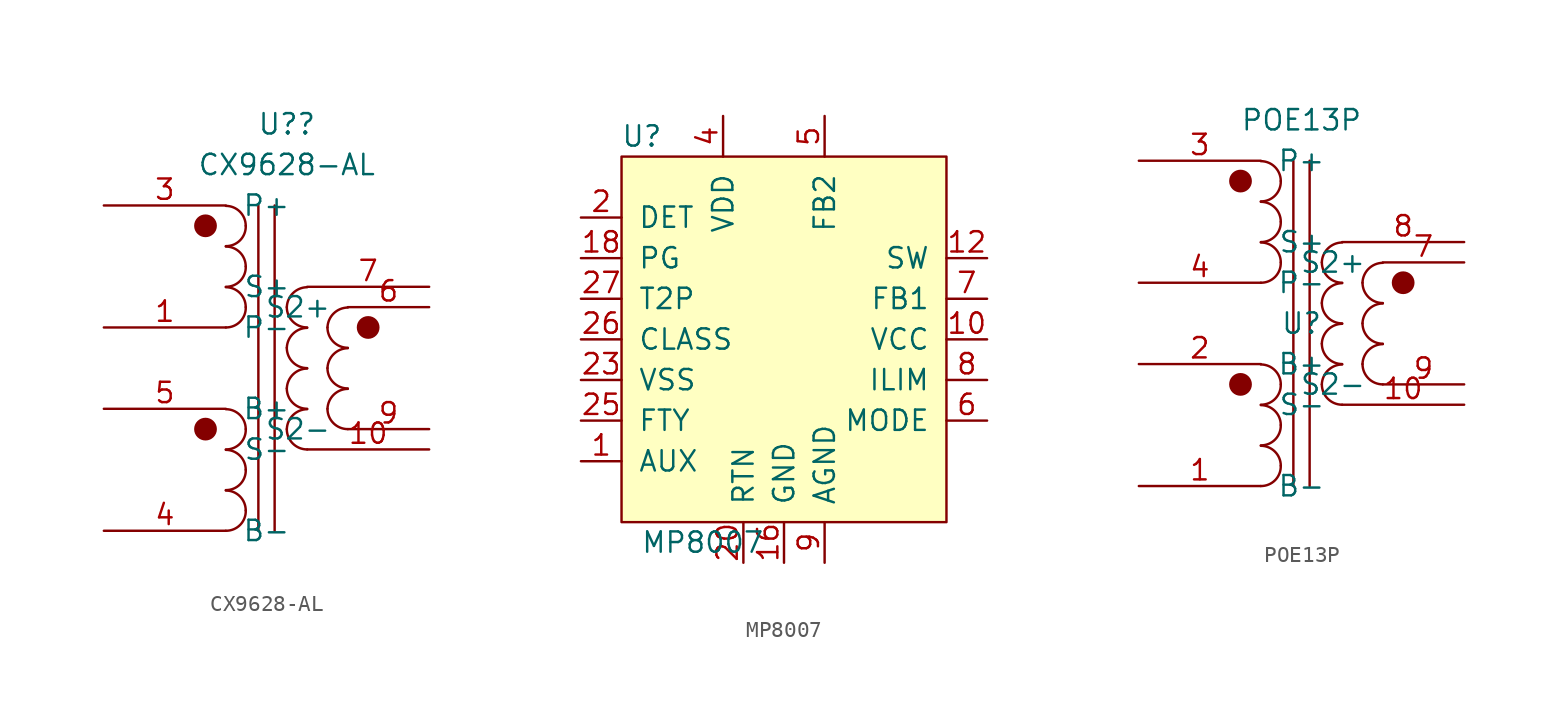
<source format=kicad_sym>
(kicad_symbol_lib
  (version 20211014)
  (generator kicad_symbol_editor)
  (symbol "CX9628-AL"
    (pin_names
      (offset 1.016))
    (property "Reference" "U?"
      (at 1.27 15.24 0)
      (effects (font (size 1.27 1.27))))
    (property "Value" "CX9628-AL"
      (at 1.27 12.7 0)
      (effects (font (size 1.27 1.27))))
    (symbol "CX9628-AL_0_1"
      (circle (center -3.81 -3.81) (radius 0.635) (stroke (width 0) (type default) (color 0 0 0 0)) (fill (type outline)))
      (circle (center -3.81 8.89) (radius 0.635) (stroke (width 0) (type default) (color 0 0 0 0)) (fill (type outline)))
      (circle (center 6.35 2.54) (radius 0.635) (stroke (width 0) (type default) (color 0 0 0 0)) (fill (type outline))))
    (symbol "CX9628-AL_1_1"
      (arc (start -2.54 -10.16) (mid -1.642 -9.788) (end -1.2954 -8.89) (stroke (width 0) (type default) (color 0 0 0 0)) (fill (type none)))
      (arc (start -2.54 -7.62) (mid -1.642 -7.248) (end -1.2954 -6.35) (stroke (width 0) (type default) (color 0 0 0 0)) (fill (type none)))
      (arc (start -2.54 -5.08) (mid -1.642 -4.708) (end -1.2954 -3.81) (stroke (width 0) (type default) (color 0 0 0 0)) (fill (type none)))
      (arc (start -2.54 2.54) (mid -1.642 2.912) (end -1.2954 3.81) (stroke (width 0) (type default) (color 0 0 0 0)) (fill (type none)))
      (arc (start -2.54 5.08) (mid -1.642 5.452) (end -1.2954 6.35) (stroke (width 0) (type default) (color 0 0 0 0)) (fill (type none)))
      (arc (start -2.54 7.62) (mid -1.642 7.992) (end -1.2954 8.89) (stroke (width 0) (type default) (color 0 0 0 0)) (fill (type none)))
      (arc (start -1.2954 -8.89) (mid -1.6599 -8.0099) (end -2.54 -7.6454) (stroke (width 0) (type default) (color 0 0 0 0)) (fill (type none)))
      (arc (start -1.2954 -6.35) (mid -1.6599 -5.4699) (end -2.54 -5.1054) (stroke (width 0) (type default) (color 0 0 0 0)) (fill (type none)))
      (arc (start -1.2954 -3.81) (mid -1.6599 -2.9299) (end -2.54 -2.5654) (stroke (width 0) (type default) (color 0 0 0 0)) (fill (type none)))
      (arc (start -1.2954 3.81) (mid -1.6599 4.6901) (end -2.54 5.0546) (stroke (width 0) (type default) (color 0 0 0 0)) (fill (type none)))
      (arc (start -1.2954 6.35) (mid -1.6599 7.2301) (end -2.54 7.5946) (stroke (width 0) (type default) (color 0 0 0 0)) (fill (type none)))
      (arc (start -1.2954 8.89) (mid -1.6599 9.7701) (end -2.54 10.1346) (stroke (width 0) (type default) (color 0 0 0 0)) (fill (type none)))
      (polyline (pts (xy -0.508 -10.16) (xy -0.508 10.16)) (stroke (width 0) (type default) (color 0 0 0 0)) (fill (type none)))
      (polyline (pts (xy 0.508 10.16) (xy 0.508 -10.16)) (stroke (width 0) (type default) (color 0 0 0 0)) (fill (type none)))
      (arc (start 1.27 -3.81) (mid 1.642 -4.708) (end 2.54 -5.08) (stroke (width 0) (type default) (color 0 0 0 0)) (fill (type none)))
      (arc (start 1.27 -1.27) (mid 1.642 -2.168) (end 2.54 -2.54) (stroke (width 0) (type default) (color 0 0 0 0)) (fill (type none)))
      (arc (start 1.27 1.27) (mid 1.642 0.372) (end 2.54 0) (stroke (width 0) (type default) (color 0 0 0 0)) (fill (type none)))
      (arc (start 1.27 3.81) (mid 1.642 2.912) (end 2.54 2.54) (stroke (width 0) (type default) (color 0 0 0 0)) (fill (type none)))
      (arc (start 2.54 -2.5654) (mid 1.6599 -2.9299) (end 1.27 -3.81) (stroke (width 0) (type default) (color 0 0 0 0)) (fill (type none)))
      (arc (start 2.54 -0.0254) (mid 1.6599 -0.3899) (end 1.27 -1.27) (stroke (width 0) (type default) (color 0 0 0 0)) (fill (type none)))
      (arc (start 2.54 2.5146) (mid 1.6599 2.1501) (end 1.27 1.27) (stroke (width 0) (type default) (color 0 0 0 0)) (fill (type none)))
      (arc (start 2.54 5.0546) (mid 1.6599 4.6901) (end 1.27 3.81) (stroke (width 0) (type default) (color 0 0 0 0)) (fill (type none)))
      (arc (start 3.81 -2.54) (mid 4.182 -3.438) (end 5.08 -3.81) (stroke (width 0) (type default) (color 0 0 0 0)) (fill (type none)))
      (arc (start 3.81 0) (mid 4.182 -0.898) (end 5.08 -1.27) (stroke (width 0) (type default) (color 0 0 0 0)) (fill (type none)))
      (arc (start 3.81 2.54) (mid 4.182 1.642) (end 5.08 1.27) (stroke (width 0) (type default) (color 0 0 0 0)) (fill (type none)))
      (arc (start 5.08 -1.2954) (mid 4.1999 -1.6599) (end 3.81 -2.54) (stroke (width 0) (type default) (color 0 0 0 0)) (fill (type none)))
      (arc (start 5.08 1.2446) (mid 4.1999 0.8801) (end 3.81 0) (stroke (width 0) (type default) (color 0 0 0 0)) (fill (type none)))
      (arc (start 5.08 3.7846) (mid 4.1999 3.4201) (end 3.81 2.54) (stroke (width 0) (type default) (color 0 0 0 0)) (fill (type none)))
      (pin passive line (at -10.16 2.54 0) (length 7.62) (name "P-" (effects (font (size 1.27 1.27)))) (number "1" (effects (font (size 1.27 1.27)))))
      (pin passive line (at 10.16 -5.08 180) (length 7.62) (name "S-" (effects (font (size 1.27 1.27)))) (number "10" (effects (font (size 1.27 1.27)))))
      (pin passive line (at -10.16 10.16 0) (length 7.62) (name "P+" (effects (font (size 1.27 1.27)))) (number "3" (effects (font (size 1.27 1.27)))))
      (pin passive line (at -10.16 -10.16 0) (length 7.62) (name "B-" (effects (font (size 1.27 1.27)))) (number "4" (effects (font (size 1.27 1.27)))))
      (pin passive line (at -10.16 -2.54 0) (length 7.62) (name "B+" (effects (font (size 1.27 1.27)))) (number "5" (effects (font (size 1.27 1.27)))))
      (pin passive line (at 10.16 3.81 180) (length 5.08) (name "S2+" (effects (font (size 1.27 1.27)))) (number "6" (effects (font (size 1.27 1.27)))))
      (pin passive line (at 10.16 5.08 180) (length 7.62) (name "S+" (effects (font (size 1.27 1.27)))) (number "7" (effects (font (size 1.27 1.27)))))
      (pin passive line (at 10.16 -3.81 180) (length 5.08) (name "S2-" (effects (font (size 1.27 1.27)))) (number "9" (effects (font (size 1.27 1.27)))))))
  (symbol "MP8007"
    (pin_names
      (offset 1.016))
    (property "Reference" "U"
      (at -5.08 11.43 0)
      (effects (font (size 1.27 1.27))))
    (property "Value" "MP8007"
      (at -1.27 -13.97 0)
      (effects (font (size 1.27 1.27))))
    (symbol "MP8007_0_1"
      (rectangle (start -6.35 10.16) (end 13.97 -12.7) (stroke (width 0) (type default) (color 0 0 0 0)) (fill (type background))))
    (symbol "MP8007_1_1"
      (pin input line (at -8.89 -8.89 0) (length 2.54) (name "AUX" (effects (font (size 1.27 1.27)))) (number "1" (effects (font (size 1.27 1.27)))))
      (pin input line (at 16.51 -1.27 180) (length 2.54) (name "VCC" (effects (font (size 1.27 1.27)))) (number "10" (effects (font (size 1.27 1.27)))))
      (pin input line (at 16.51 3.81 180) (length 2.54) (name "SW" (effects (font (size 1.27 1.27)))) (number "12" (effects (font (size 1.27 1.27)))))
      (pin input line (at 16.51 3.81 180) (length 2.54) hide (name "~" (effects (font (size 1.27 1.27)))) (number "13" (effects (font (size 1.27 1.27)))))
      (pin input line (at 6.35 -15.24 90) (length 2.54) hide (name "NC" (effects (font (size 1.27 1.27)))) (number "14" (effects (font (size 1.27 1.27)))))
      (pin input line (at 6.35 -15.24 90) (length 2.54) hide (name "NC" (effects (font (size 1.27 1.27)))) (number "15" (effects (font (size 1.27 1.27)))))
      (pin input line (at 3.81 -15.24 90) (length 2.54) (name "GND" (effects (font (size 1.27 1.27)))) (number "16" (effects (font (size 1.27 1.27)))))
      (pin input line (at 3.81 -15.24 90) (length 2.54) hide (name "~" (effects (font (size 1.27 1.27)))) (number "17" (effects (font (size 1.27 1.27)))))
      (pin input line (at -8.89 3.81 0) (length 2.54) (name "PG" (effects (font (size 1.27 1.27)))) (number "18" (effects (font (size 1.27 1.27)))))
      (pin input line (at 6.35 -15.24 90) (length 2.54) hide (name "NC" (effects (font (size 1.27 1.27)))) (number "19" (effects (font (size 1.27 1.27)))))
      (pin input line (at -8.89 6.35 0) (length 2.54) (name "DET" (effects (font (size 1.27 1.27)))) (number "2" (effects (font (size 1.27 1.27)))))
      (pin input line (at 1.27 -15.24 90) (length 2.54) (name "RTN" (effects (font (size 1.27 1.27)))) (number "20" (effects (font (size 1.27 1.27)))))
      (pin input line (at 1.27 -15.24 90) (length 2.54) hide (name "~" (effects (font (size 1.27 1.27)))) (number "21" (effects (font (size 1.27 1.27)))))
      (pin input line (at 6.35 -15.24 90) (length 2.54) hide (name "NC" (effects (font (size 1.27 1.27)))) (number "22" (effects (font (size 1.27 1.27)))))
      (pin input line (at -8.89 -3.81 0) (length 2.54) (name "VSS" (effects (font (size 1.27 1.27)))) (number "23" (effects (font (size 1.27 1.27)))))
      (pin input line (at -8.89 -3.81 0) (length 2.54) hide (name "~" (effects (font (size 1.27 1.27)))) (number "24" (effects (font (size 1.27 1.27)))))
      (pin input line (at -8.89 -6.35 0) (length 2.54) (name "FTY" (effects (font (size 1.27 1.27)))) (number "25" (effects (font (size 1.27 1.27)))))
      (pin input line (at -8.89 -1.27 0) (length 2.54) (name "CLASS" (effects (font (size 1.27 1.27)))) (number "26" (effects (font (size 1.27 1.27)))))
      (pin input line (at -8.89 1.27 0) (length 2.54) (name "T2P" (effects (font (size 1.27 1.27)))) (number "27" (effects (font (size 1.27 1.27)))))
      (pin input line (at 3.81 -15.24 90) (length 2.54) hide (name "GND" (effects (font (size 1.27 1.27)))) (number "29" (effects (font (size 1.27 1.27)))))
      (pin input line (at 0 12.7 270) (length 2.54) (name "VDD" (effects (font (size 1.27 1.27)))) (number "4" (effects (font (size 1.27 1.27)))))
      (pin input line (at 6.35 12.7 270) (length 2.54) (name "FB2" (effects (font (size 1.27 1.27)))) (number "5" (effects (font (size 1.27 1.27)))))
      (pin input line (at 16.51 -6.35 180) (length 2.54) (name "MODE" (effects (font (size 1.27 1.27)))) (number "6" (effects (font (size 1.27 1.27)))))
      (pin input line (at 16.51 1.27 180) (length 2.54) (name "FB1" (effects (font (size 1.27 1.27)))) (number "7" (effects (font (size 1.27 1.27)))))
      (pin input line (at 16.51 -3.81 180) (length 2.54) (name "ILIM" (effects (font (size 1.27 1.27)))) (number "8" (effects (font (size 1.27 1.27)))))
      (pin input line (at 6.35 -15.24 90) (length 2.54) (name "AGND" (effects (font (size 1.27 1.27)))) (number "9" (effects (font (size 1.27 1.27)))))))
  (symbol "POE13P"
    (pin_names
      (offset 1.016))
    (property "Reference" "U"
      (at 0 0 0)
      (effects (font (size 1.27 1.27))))
    (property "Value" "POE13P"
      (at 0 12.7 0)
      (effects (font (size 1.27 1.27))))
    (symbol "POE13P_0_1"
      (circle (center -3.81 -3.81) (radius 0.635) (stroke (width 0) (type default) (color 0 0 0 0)) (fill (type outline)))
      (circle (center -3.81 8.89) (radius 0.635) (stroke (width 0) (type default) (color 0 0 0 0)) (fill (type outline)))
      (circle (center 6.35 2.54) (radius 0.635) (stroke (width 0) (type default) (color 0 0 0 0)) (fill (type outline))))
    (symbol "POE13P_1_1"
      (arc (start -2.54 -10.16) (mid -1.642 -9.788) (end -1.2954 -8.89) (stroke (width 0) (type default) (color 0 0 0 0)) (fill (type none)))
      (arc (start -2.54 -7.62) (mid -1.642 -7.248) (end -1.2954 -6.35) (stroke (width 0) (type default) (color 0 0 0 0)) (fill (type none)))
      (arc (start -2.54 -5.08) (mid -1.642 -4.708) (end -1.2954 -3.81) (stroke (width 0) (type default) (color 0 0 0 0)) (fill (type none)))
      (arc (start -2.54 2.54) (mid -1.642 2.912) (end -1.2954 3.81) (stroke (width 0) (type default) (color 0 0 0 0)) (fill (type none)))
      (arc (start -2.54 5.08) (mid -1.642 5.452) (end -1.2954 6.35) (stroke (width 0) (type default) (color 0 0 0 0)) (fill (type none)))
      (arc (start -2.54 7.62) (mid -1.642 7.992) (end -1.2954 8.89) (stroke (width 0) (type default) (color 0 0 0 0)) (fill (type none)))
      (arc (start -1.2954 -8.89) (mid -1.6599 -8.0099) (end -2.54 -7.6454) (stroke (width 0) (type default) (color 0 0 0 0)) (fill (type none)))
      (arc (start -1.2954 -6.35) (mid -1.6599 -5.4699) (end -2.54 -5.1054) (stroke (width 0) (type default) (color 0 0 0 0)) (fill (type none)))
      (arc (start -1.2954 -3.81) (mid -1.6599 -2.9299) (end -2.54 -2.5654) (stroke (width 0) (type default) (color 0 0 0 0)) (fill (type none)))
      (arc (start -1.2954 3.81) (mid -1.6599 4.6901) (end -2.54 5.0546) (stroke (width 0) (type default) (color 0 0 0 0)) (fill (type none)))
      (arc (start -1.2954 6.35) (mid -1.6599 7.2301) (end -2.54 7.5946) (stroke (width 0) (type default) (color 0 0 0 0)) (fill (type none)))
      (arc (start -1.2954 8.89) (mid -1.6599 9.7701) (end -2.54 10.1346) (stroke (width 0) (type default) (color 0 0 0 0)) (fill (type none)))
      (polyline (pts (xy -0.508 -10.16) (xy -0.508 10.16)) (stroke (width 0) (type default) (color 0 0 0 0)) (fill (type none)))
      (polyline (pts (xy 0.508 10.16) (xy 0.508 -10.16)) (stroke (width 0) (type default) (color 0 0 0 0)) (fill (type none)))
      (arc (start 1.27 -3.81) (mid 1.642 -4.708) (end 2.54 -5.08) (stroke (width 0) (type default) (color 0 0 0 0)) (fill (type none)))
      (arc (start 1.27 -1.27) (mid 1.642 -2.168) (end 2.54 -2.54) (stroke (width 0) (type default) (color 0 0 0 0)) (fill (type none)))
      (arc (start 1.27 1.27) (mid 1.642 0.372) (end 2.54 0) (stroke (width 0) (type default) (color 0 0 0 0)) (fill (type none)))
      (arc (start 1.27 3.81) (mid 1.642 2.912) (end 2.54 2.54) (stroke (width 0) (type default) (color 0 0 0 0)) (fill (type none)))
      (arc (start 2.54 -2.5654) (mid 1.6599 -2.9299) (end 1.27 -3.81) (stroke (width 0) (type default) (color 0 0 0 0)) (fill (type none)))
      (arc (start 2.54 -0.0254) (mid 1.6599 -0.3899) (end 1.27 -1.27) (stroke (width 0) (type default) (color 0 0 0 0)) (fill (type none)))
      (arc (start 2.54 2.5146) (mid 1.6599 2.1501) (end 1.27 1.27) (stroke (width 0) (type default) (color 0 0 0 0)) (fill (type none)))
      (arc (start 2.54 5.0546) (mid 1.6599 4.6901) (end 1.27 3.81) (stroke (width 0) (type default) (color 0 0 0 0)) (fill (type none)))
      (arc (start 3.81 -2.54) (mid 4.182 -3.438) (end 5.08 -3.81) (stroke (width 0) (type default) (color 0 0 0 0)) (fill (type none)))
      (arc (start 3.81 0) (mid 4.182 -0.898) (end 5.08 -1.27) (stroke (width 0) (type default) (color 0 0 0 0)) (fill (type none)))
      (arc (start 3.81 2.54) (mid 4.182 1.642) (end 5.08 1.27) (stroke (width 0) (type default) (color 0 0 0 0)) (fill (type none)))
      (arc (start 5.08 -1.2954) (mid 4.1999 -1.6599) (end 3.81 -2.54) (stroke (width 0) (type default) (color 0 0 0 0)) (fill (type none)))
      (arc (start 5.08 1.2446) (mid 4.1999 0.8801) (end 3.81 0) (stroke (width 0) (type default) (color 0 0 0 0)) (fill (type none)))
      (arc (start 5.08 3.7846) (mid 4.1999 3.4201) (end 3.81 2.54) (stroke (width 0) (type default) (color 0 0 0 0)) (fill (type none)))
      (pin passive line (at -10.16 -10.16 0) (length 7.62) (name "B-" (effects (font (size 1.27 1.27)))) (number "1" (effects (font (size 1.27 1.27)))))
      (pin passive line (at 10.16 -5.08 180) (length 7.62) (name "S-" (effects (font (size 1.27 1.27)))) (number "10" (effects (font (size 1.27 1.27)))))
      (pin passive line (at -10.16 -2.54 0) (length 7.62) (name "B+" (effects (font (size 1.27 1.27)))) (number "2" (effects (font (size 1.27 1.27)))))
      (pin passive line (at -10.16 10.16 0) (length 7.62) (name "P+" (effects (font (size 1.27 1.27)))) (number "3" (effects (font (size 1.27 1.27)))))
      (pin passive line (at -10.16 2.54 0) (length 7.62) (name "P-" (effects (font (size 1.27 1.27)))) (number "4" (effects (font (size 1.27 1.27)))))
      (pin passive line (at 10.16 3.81 180) (length 5.08) (name "S2+" (effects (font (size 1.27 1.27)))) (number "7" (effects (font (size 1.27 1.27)))))
      (pin passive line (at 10.16 5.08 180) (length 7.62) (name "S+" (effects (font (size 1.27 1.27)))) (number "8" (effects (font (size 1.27 1.27)))))
      (pin passive line (at 10.16 -3.81 180) (length 5.08) (name "S2-" (effects (font (size 1.27 1.27)))) (number "9" (effects (font (size 1.27 1.27))))))))
</source>
